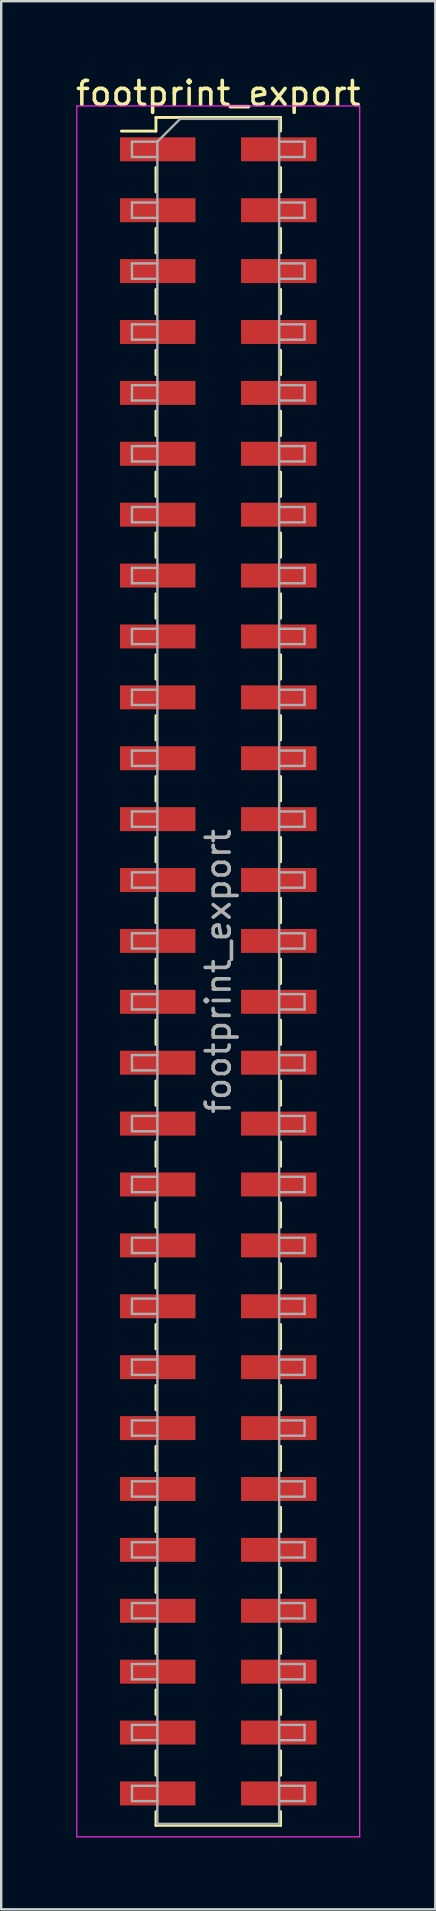
<source format=kicad_pcb>
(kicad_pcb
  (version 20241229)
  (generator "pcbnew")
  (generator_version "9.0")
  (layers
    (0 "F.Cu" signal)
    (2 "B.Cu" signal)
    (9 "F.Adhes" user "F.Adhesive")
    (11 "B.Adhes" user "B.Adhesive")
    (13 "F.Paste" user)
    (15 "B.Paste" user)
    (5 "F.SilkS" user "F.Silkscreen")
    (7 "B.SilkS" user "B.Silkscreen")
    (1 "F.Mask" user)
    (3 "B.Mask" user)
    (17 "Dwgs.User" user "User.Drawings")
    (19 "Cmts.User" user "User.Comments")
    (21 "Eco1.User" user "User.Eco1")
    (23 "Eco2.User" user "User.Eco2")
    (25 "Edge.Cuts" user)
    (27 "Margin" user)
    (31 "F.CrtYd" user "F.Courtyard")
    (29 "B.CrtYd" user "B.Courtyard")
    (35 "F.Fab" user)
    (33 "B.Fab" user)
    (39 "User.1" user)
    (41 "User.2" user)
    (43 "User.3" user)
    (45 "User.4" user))
  (footprint "footprint_export"
    (layer "F.Cu")
    (at 6.054 37.468)
    (property "Reference" "footprint_export" (at 0 -36.62 0) (layer "F.SilkS") (effects (font (size 1 1) (thickness 0.15))))
    (attr smd)
    (fp_line (start -4.04 -35.05) (end -2.6 -35.05) (stroke (width 0.12) (type solid)) (layer "F.SilkS"))
    (fp_line (start -2.6 -35.62) (end -2.6 -35.05) (stroke (width 0.12) (type solid)) (layer "F.SilkS"))
    (fp_line (start -2.6 -35.62) (end 2.6 -35.62) (stroke (width 0.12) (type solid)) (layer "F.SilkS"))
    (fp_line (start -2.6 -33.53) (end -2.6 -32.51) (stroke (width 0.12) (type solid)) (layer "F.SilkS"))
    (fp_line (start -2.6 -30.99) (end -2.6 -29.97) (stroke (width 0.12) (type solid)) (layer "F.SilkS"))
    (fp_line (start -2.6 -28.45) (end -2.6 -27.43) (stroke (width 0.12) (type solid)) (layer "F.SilkS"))
    (fp_line (start -2.6 -25.91) (end -2.6 -24.89) (stroke (width 0.12) (type solid)) (layer "F.SilkS"))
    (fp_line (start -2.6 -23.37) (end -2.6 -22.35) (stroke (width 0.12) (type solid)) (layer "F.SilkS"))
    (fp_line (start -2.6 -20.83) (end -2.6 -19.81) (stroke (width 0.12) (type solid)) (layer "F.SilkS"))
    (fp_line (start -2.6 -18.29) (end -2.6 -17.27) (stroke (width 0.12) (type solid)) (layer "F.SilkS"))
    (fp_line (start -2.6 -15.75) (end -2.6 -14.73) (stroke (width 0.12) (type solid)) (layer "F.SilkS"))
    (fp_line (start -2.6 -13.21) (end -2.6 -12.19) (stroke (width 0.12) (type solid)) (layer "F.SilkS"))
    (fp_line (start -2.6 -10.67) (end -2.6 -9.65) (stroke (width 0.12) (type solid)) (layer "F.SilkS"))
    (fp_line (start -2.6 -8.13) (end -2.6 -7.11) (stroke (width 0.12) (type solid)) (layer "F.SilkS"))
    (fp_line (start -2.6 -5.59) (end -2.6 -4.57) (stroke (width 0.12) (type solid)) (layer "F.SilkS"))
    (fp_line (start -2.6 -3.05) (end -2.6 -2.03) (stroke (width 0.12) (type solid)) (layer "F.SilkS"))
    (fp_line (start -2.6 -0.51) (end -2.6 0.51) (stroke (width 0.12) (type solid)) (layer "F.SilkS"))
    (fp_line (start -2.6 2.03) (end -2.6 3.05) (stroke (width 0.12) (type solid)) (layer "F.SilkS"))
    (fp_line (start -2.6 4.57) (end -2.6 5.59) (stroke (width 0.12) (type solid)) (layer "F.SilkS"))
    (fp_line (start -2.6 7.11) (end -2.6 8.13) (stroke (width 0.12) (type solid)) (layer "F.SilkS"))
    (fp_line (start -2.6 9.65) (end -2.6 10.67) (stroke (width 0.12) (type solid)) (layer "F.SilkS"))
    (fp_line (start -2.6 12.19) (end -2.6 13.21) (stroke (width 0.12) (type solid)) (layer "F.SilkS"))
    (fp_line (start -2.6 14.73) (end -2.6 15.75) (stroke (width 0.12) (type solid)) (layer "F.SilkS"))
    (fp_line (start -2.6 17.27) (end -2.6 18.29) (stroke (width 0.12) (type solid)) (layer "F.SilkS"))
    (fp_line (start -2.6 19.81) (end -2.6 20.83) (stroke (width 0.12) (type solid)) (layer "F.SilkS"))
    (fp_line (start -2.6 22.35) (end -2.6 23.37) (stroke (width 0.12) (type solid)) (layer "F.SilkS"))
    (fp_line (start -2.6 24.89) (end -2.6 25.91) (stroke (width 0.12) (type solid)) (layer "F.SilkS"))
    (fp_line (start -2.6 27.43) (end -2.6 28.45) (stroke (width 0.12) (type solid)) (layer "F.SilkS"))
    (fp_line (start -2.6 29.97) (end -2.6 30.99) (stroke (width 0.12) (type solid)) (layer "F.SilkS"))
    (fp_line (start -2.6 32.51) (end -2.6 33.53) (stroke (width 0.12) (type solid)) (layer "F.SilkS"))
    (fp_line (start -2.6 35.05) (end -2.6 35.62) (stroke (width 0.12) (type solid)) (layer "F.SilkS"))
    (fp_line (start -2.6 35.62) (end 2.6 35.62) (stroke (width 0.12) (type solid)) (layer "F.SilkS"))
    (fp_line (start 2.6 -35.62) (end 2.6 -35.05) (stroke (width 0.12) (type solid)) (layer "F.SilkS"))
    (fp_line (start 2.6 -33.53) (end 2.6 -32.51) (stroke (width 0.12) (type solid)) (layer "F.SilkS"))
    (fp_line (start 2.6 -30.99) (end 2.6 -29.97) (stroke (width 0.12) (type solid)) (layer "F.SilkS"))
    (fp_line (start 2.6 -28.45) (end 2.6 -27.43) (stroke (width 0.12) (type solid)) (layer "F.SilkS"))
    (fp_line (start 2.6 -25.91) (end 2.6 -24.89) (stroke (width 0.12) (type solid)) (layer "F.SilkS"))
    (fp_line (start 2.6 -23.37) (end 2.6 -22.35) (stroke (width 0.12) (type solid)) (layer "F.SilkS"))
    (fp_line (start 2.6 -20.83) (end 2.6 -19.81) (stroke (width 0.12) (type solid)) (layer "F.SilkS"))
    (fp_line (start 2.6 -18.29) (end 2.6 -17.27) (stroke (width 0.12) (type solid)) (layer "F.SilkS"))
    (fp_line (start 2.6 -15.75) (end 2.6 -14.73) (stroke (width 0.12) (type solid)) (layer "F.SilkS"))
    (fp_line (start 2.6 -13.21) (end 2.6 -12.19) (stroke (width 0.12) (type solid)) (layer "F.SilkS"))
    (fp_line (start 2.6 -10.67) (end 2.6 -9.65) (stroke (width 0.12) (type solid)) (layer "F.SilkS"))
    (fp_line (start 2.6 -8.13) (end 2.6 -7.11) (stroke (width 0.12) (type solid)) (layer "F.SilkS"))
    (fp_line (start 2.6 -5.59) (end 2.6 -4.57) (stroke (width 0.12) (type solid)) (layer "F.SilkS"))
    (fp_line (start 2.6 -3.05) (end 2.6 -2.03) (stroke (width 0.12) (type solid)) (layer "F.SilkS"))
    (fp_line (start 2.6 -0.51) (end 2.6 0.51) (stroke (width 0.12) (type solid)) (layer "F.SilkS"))
    (fp_line (start 2.6 2.03) (end 2.6 3.05) (stroke (width 0.12) (type solid)) (layer "F.SilkS"))
    (fp_line (start 2.6 4.57) (end 2.6 5.59) (stroke (width 0.12) (type solid)) (layer "F.SilkS"))
    (fp_line (start 2.6 7.11) (end 2.6 8.13) (stroke (width 0.12) (type solid)) (layer "F.SilkS"))
    (fp_line (start 2.6 9.65) (end 2.6 10.67) (stroke (width 0.12) (type solid)) (layer "F.SilkS"))
    (fp_line (start 2.6 12.19) (end 2.6 13.21) (stroke (width 0.12) (type solid)) (layer "F.SilkS"))
    (fp_line (start 2.6 14.73) (end 2.6 15.75) (stroke (width 0.12) (type solid)) (layer "F.SilkS"))
    (fp_line (start 2.6 17.27) (end 2.6 18.29) (stroke (width 0.12) (type solid)) (layer "F.SilkS"))
    (fp_line (start 2.6 19.81) (end 2.6 20.83) (stroke (width 0.12) (type solid)) (layer "F.SilkS"))
    (fp_line (start 2.6 22.35) (end 2.6 23.37) (stroke (width 0.12) (type solid)) (layer "F.SilkS"))
    (fp_line (start 2.6 24.89) (end 2.6 25.91) (stroke (width 0.12) (type solid)) (layer "F.SilkS"))
    (fp_line (start 2.6 27.43) (end 2.6 28.45) (stroke (width 0.12) (type solid)) (layer "F.SilkS"))
    (fp_line (start 2.6 29.97) (end 2.6 30.99) (stroke (width 0.12) (type solid)) (layer "F.SilkS"))
    (fp_line (start 2.6 32.51) (end 2.6 33.53) (stroke (width 0.12) (type solid)) (layer "F.SilkS"))
    (fp_line (start 2.6 35.05) (end 2.6 35.62) (stroke (width 0.12) (type solid)) (layer "F.SilkS"))
    (fp_line (start -5.9 -36.1) (end -5.9 36.1) (stroke (width 0.05) (type solid)) (layer "F.CrtYd"))
    (fp_line (start -5.9 36.1) (end 5.9 36.1) (stroke (width 0.05) (type solid)) (layer "F.CrtYd"))
    (fp_line (start 5.9 -36.1) (end -5.9 -36.1) (stroke (width 0.05) (type solid)) (layer "F.CrtYd"))
    (fp_line (start 5.9 36.1) (end 5.9 -36.1) (stroke (width 0.05) (type solid)) (layer "F.CrtYd"))
    (fp_line (start -3.6 -34.61) (end -3.6 -33.97) (stroke (width 0.1) (type solid)) (layer "F.Fab"))
    (fp_line (start -3.6 -33.97) (end -2.54 -33.97) (stroke (width 0.1) (type solid)) (layer "F.Fab"))
    (fp_line (start -3.6 -32.07) (end -3.6 -31.43) (stroke (width 0.1) (type solid)) (layer "F.Fab"))
    (fp_line (start -3.6 -31.43) (end -2.54 -31.43) (stroke (width 0.1) (type solid)) (layer "F.Fab"))
    (fp_line (start -3.6 -29.53) (end -3.6 -28.89) (stroke (width 0.1) (type solid)) (layer "F.Fab"))
    (fp_line (start -3.6 -28.89) (end -2.54 -28.89) (stroke (width 0.1) (type solid)) (layer "F.Fab"))
    (fp_line (start -3.6 -26.99) (end -3.6 -26.35) (stroke (width 0.1) (type solid)) (layer "F.Fab"))
    (fp_line (start -3.6 -26.35) (end -2.54 -26.35) (stroke (width 0.1) (type solid)) (layer "F.Fab"))
    (fp_line (start -3.6 -24.45) (end -3.6 -23.81) (stroke (width 0.1) (type solid)) (layer "F.Fab"))
    (fp_line (start -3.6 -23.81) (end -2.54 -23.81) (stroke (width 0.1) (type solid)) (layer "F.Fab"))
    (fp_line (start -3.6 -21.91) (end -3.6 -21.27) (stroke (width 0.1) (type solid)) (layer "F.Fab"))
    (fp_line (start -3.6 -21.27) (end -2.54 -21.27) (stroke (width 0.1) (type solid)) (layer "F.Fab"))
    (fp_line (start -3.6 -19.37) (end -3.6 -18.73) (stroke (width 0.1) (type solid)) (layer "F.Fab"))
    (fp_line (start -3.6 -18.73) (end -2.54 -18.73) (stroke (width 0.1) (type solid)) (layer "F.Fab"))
    (fp_line (start -3.6 -16.83) (end -3.6 -16.19) (stroke (width 0.1) (type solid)) (layer "F.Fab"))
    (fp_line (start -3.6 -16.19) (end -2.54 -16.19) (stroke (width 0.1) (type solid)) (layer "F.Fab"))
    (fp_line (start -3.6 -14.29) (end -3.6 -13.65) (stroke (width 0.1) (type solid)) (layer "F.Fab"))
    (fp_line (start -3.6 -13.65) (end -2.54 -13.65) (stroke (width 0.1) (type solid)) (layer "F.Fab"))
    (fp_line (start -3.6 -11.75) (end -3.6 -11.11) (stroke (width 0.1) (type solid)) (layer "F.Fab"))
    (fp_line (start -3.6 -11.11) (end -2.54 -11.11) (stroke (width 0.1) (type solid)) (layer "F.Fab"))
    (fp_line (start -3.6 -9.21) (end -3.6 -8.57) (stroke (width 0.1) (type solid)) (layer "F.Fab"))
    (fp_line (start -3.6 -8.57) (end -2.54 -8.57) (stroke (width 0.1) (type solid)) (layer "F.Fab"))
    (fp_line (start -3.6 -6.67) (end -3.6 -6.03) (stroke (width 0.1) (type solid)) (layer "F.Fab"))
    (fp_line (start -3.6 -6.03) (end -2.54 -6.03) (stroke (width 0.1) (type solid)) (layer "F.Fab"))
    (fp_line (start -3.6 -4.13) (end -3.6 -3.49) (stroke (width 0.1) (type solid)) (layer "F.Fab"))
    (fp_line (start -3.6 -3.49) (end -2.54 -3.49) (stroke (width 0.1) (type solid)) (layer "F.Fab"))
    (fp_line (start -3.6 -1.59) (end -3.6 -0.95) (stroke (width 0.1) (type solid)) (layer "F.Fab"))
    (fp_line (start -3.6 -0.95) (end -2.54 -0.95) (stroke (width 0.1) (type solid)) (layer "F.Fab"))
    (fp_line (start -3.6 0.95) (end -3.6 1.59) (stroke (width 0.1) (type solid)) (layer "F.Fab"))
    (fp_line (start -3.6 1.59) (end -2.54 1.59) (stroke (width 0.1) (type solid)) (layer "F.Fab"))
    (fp_line (start -3.6 3.49) (end -3.6 4.13) (stroke (width 0.1) (type solid)) (layer "F.Fab"))
    (fp_line (start -3.6 4.13) (end -2.54 4.13) (stroke (width 0.1) (type solid)) (layer "F.Fab"))
    (fp_line (start -3.6 6.03) (end -3.6 6.67) (stroke (width 0.1) (type solid)) (layer "F.Fab"))
    (fp_line (start -3.6 6.67) (end -2.54 6.67) (stroke (width 0.1) (type solid)) (layer "F.Fab"))
    (fp_line (start -3.6 8.57) (end -3.6 9.21) (stroke (width 0.1) (type solid)) (layer "F.Fab"))
    (fp_line (start -3.6 9.21) (end -2.54 9.21) (stroke (width 0.1) (type solid)) (layer "F.Fab"))
    (fp_line (start -3.6 11.11) (end -3.6 11.75) (stroke (width 0.1) (type solid)) (layer "F.Fab"))
    (fp_line (start -3.6 11.75) (end -2.54 11.75) (stroke (width 0.1) (type solid)) (layer "F.Fab"))
    (fp_line (start -3.6 13.65) (end -3.6 14.29) (stroke (width 0.1) (type solid)) (layer "F.Fab"))
    (fp_line (start -3.6 14.29) (end -2.54 14.29) (stroke (width 0.1) (type solid)) (layer "F.Fab"))
    (fp_line (start -3.6 16.19) (end -3.6 16.83) (stroke (width 0.1) (type solid)) (layer "F.Fab"))
    (fp_line (start -3.6 16.83) (end -2.54 16.83) (stroke (width 0.1) (type solid)) (layer "F.Fab"))
    (fp_line (start -3.6 18.73) (end -3.6 19.37) (stroke (width 0.1) (type solid)) (layer "F.Fab"))
    (fp_line (start -3.6 19.37) (end -2.54 19.37) (stroke (width 0.1) (type solid)) (layer "F.Fab"))
    (fp_line (start -3.6 21.27) (end -3.6 21.91) (stroke (width 0.1) (type solid)) (layer "F.Fab"))
    (fp_line (start -3.6 21.91) (end -2.54 21.91) (stroke (width 0.1) (type solid)) (layer "F.Fab"))
    (fp_line (start -3.6 23.81) (end -3.6 24.45) (stroke (width 0.1) (type solid)) (layer "F.Fab"))
    (fp_line (start -3.6 24.45) (end -2.54 24.45) (stroke (width 0.1) (type solid)) (layer "F.Fab"))
    (fp_line (start -3.6 26.35) (end -3.6 26.99) (stroke (width 0.1) (type solid)) (layer "F.Fab"))
    (fp_line (start -3.6 26.99) (end -2.54 26.99) (stroke (width 0.1) (type solid)) (layer "F.Fab"))
    (fp_line (start -3.6 28.89) (end -3.6 29.53) (stroke (width 0.1) (type solid)) (layer "F.Fab"))
    (fp_line (start -3.6 29.53) (end -2.54 29.53) (stroke (width 0.1) (type solid)) (layer "F.Fab"))
    (fp_line (start -3.6 31.43) (end -3.6 32.07) (stroke (width 0.1) (type solid)) (layer "F.Fab"))
    (fp_line (start -3.6 32.07) (end -2.54 32.07) (stroke (width 0.1) (type solid)) (layer "F.Fab"))
    (fp_line (start -3.6 33.97) (end -3.6 34.61) (stroke (width 0.1) (type solid)) (layer "F.Fab"))
    (fp_line (start -3.6 34.61) (end -2.54 34.61) (stroke (width 0.1) (type solid)) (layer "F.Fab"))
    (fp_line (start -2.54 -34.61) (end -3.6 -34.61) (stroke (width 0.1) (type solid)) (layer "F.Fab"))
    (fp_line (start -2.54 -34.61) (end -1.59 -35.56) (stroke (width 0.1) (type solid)) (layer "F.Fab"))
    (fp_line (start -2.54 -32.07) (end -3.6 -32.07) (stroke (width 0.1) (type solid)) (layer "F.Fab"))
    (fp_line (start -2.54 -29.53) (end -3.6 -29.53) (stroke (width 0.1) (type solid)) (layer "F.Fab"))
    (fp_line (start -2.54 -26.99) (end -3.6 -26.99) (stroke (width 0.1) (type solid)) (layer "F.Fab"))
    (fp_line (start -2.54 -24.45) (end -3.6 -24.45) (stroke (width 0.1) (type solid)) (layer "F.Fab"))
    (fp_line (start -2.54 -21.91) (end -3.6 -21.91) (stroke (width 0.1) (type solid)) (layer "F.Fab"))
    (fp_line (start -2.54 -19.37) (end -3.6 -19.37) (stroke (width 0.1) (type solid)) (layer "F.Fab"))
    (fp_line (start -2.54 -16.83) (end -3.6 -16.83) (stroke (width 0.1) (type solid)) (layer "F.Fab"))
    (fp_line (start -2.54 -14.29) (end -3.6 -14.29) (stroke (width 0.1) (type solid)) (layer "F.Fab"))
    (fp_line (start -2.54 -11.75) (end -3.6 -11.75) (stroke (width 0.1) (type solid)) (layer "F.Fab"))
    (fp_line (start -2.54 -9.21) (end -3.6 -9.21) (stroke (width 0.1) (type solid)) (layer "F.Fab"))
    (fp_line (start -2.54 -6.67) (end -3.6 -6.67) (stroke (width 0.1) (type solid)) (layer "F.Fab"))
    (fp_line (start -2.54 -4.13) (end -3.6 -4.13) (stroke (width 0.1) (type solid)) (layer "F.Fab"))
    (fp_line (start -2.54 -1.59) (end -3.6 -1.59) (stroke (width 0.1) (type solid)) (layer "F.Fab"))
    (fp_line (start -2.54 0.95) (end -3.6 0.95) (stroke (width 0.1) (type solid)) (layer "F.Fab"))
    (fp_line (start -2.54 3.49) (end -3.6 3.49) (stroke (width 0.1) (type solid)) (layer "F.Fab"))
    (fp_line (start -2.54 6.03) (end -3.6 6.03) (stroke (width 0.1) (type solid)) (layer "F.Fab"))
    (fp_line (start -2.54 8.57) (end -3.6 8.57) (stroke (width 0.1) (type solid)) (layer "F.Fab"))
    (fp_line (start -2.54 11.11) (end -3.6 11.11) (stroke (width 0.1) (type solid)) (layer "F.Fab"))
    (fp_line (start -2.54 13.65) (end -3.6 13.65) (stroke (width 0.1) (type solid)) (layer "F.Fab"))
    (fp_line (start -2.54 16.19) (end -3.6 16.19) (stroke (width 0.1) (type solid)) (layer "F.Fab"))
    (fp_line (start -2.54 18.73) (end -3.6 18.73) (stroke (width 0.1) (type solid)) (layer "F.Fab"))
    (fp_line (start -2.54 21.27) (end -3.6 21.27) (stroke (width 0.1) (type solid)) (layer "F.Fab"))
    (fp_line (start -2.54 23.81) (end -3.6 23.81) (stroke (width 0.1) (type solid)) (layer "F.Fab"))
    (fp_line (start -2.54 26.35) (end -3.6 26.35) (stroke (width 0.1) (type solid)) (layer "F.Fab"))
    (fp_line (start -2.54 28.89) (end -3.6 28.89) (stroke (width 0.1) (type solid)) (layer "F.Fab"))
    (fp_line (start -2.54 31.43) (end -3.6 31.43) (stroke (width 0.1) (type solid)) (layer "F.Fab"))
    (fp_line (start -2.54 33.97) (end -3.6 33.97) (stroke (width 0.1) (type solid)) (layer "F.Fab"))
    (fp_line (start -2.54 35.56) (end -2.54 -34.61) (stroke (width 0.1) (type solid)) (layer "F.Fab"))
    (fp_line (start -1.59 -35.56) (end 2.54 -35.56) (stroke (width 0.1) (type solid)) (layer "F.Fab"))
    (fp_line (start 2.54 -35.56) (end 2.54 35.56) (stroke (width 0.1) (type solid)) (layer "F.Fab"))
    (fp_line (start 2.54 -34.61) (end 3.6 -34.61) (stroke (width 0.1) (type solid)) (layer "F.Fab"))
    (fp_line (start 2.54 -32.07) (end 3.6 -32.07) (stroke (width 0.1) (type solid)) (layer "F.Fab"))
    (fp_line (start 2.54 -29.53) (end 3.6 -29.53) (stroke (width 0.1) (type solid)) (layer "F.Fab"))
    (fp_line (start 2.54 -26.99) (end 3.6 -26.99) (stroke (width 0.1) (type solid)) (layer "F.Fab"))
    (fp_line (start 2.54 -24.45) (end 3.6 -24.45) (stroke (width 0.1) (type solid)) (layer "F.Fab"))
    (fp_line (start 2.54 -21.91) (end 3.6 -21.91) (stroke (width 0.1) (type solid)) (layer "F.Fab"))
    (fp_line (start 2.54 -19.37) (end 3.6 -19.37) (stroke (width 0.1) (type solid)) (layer "F.Fab"))
    (fp_line (start 2.54 -16.83) (end 3.6 -16.83) (stroke (width 0.1) (type solid)) (layer "F.Fab"))
    (fp_line (start 2.54 -14.29) (end 3.6 -14.29) (stroke (width 0.1) (type solid)) (layer "F.Fab"))
    (fp_line (start 2.54 -11.75) (end 3.6 -11.75) (stroke (width 0.1) (type solid)) (layer "F.Fab"))
    (fp_line (start 2.54 -9.21) (end 3.6 -9.21) (stroke (width 0.1) (type solid)) (layer "F.Fab"))
    (fp_line (start 2.54 -6.67) (end 3.6 -6.67) (stroke (width 0.1) (type solid)) (layer "F.Fab"))
    (fp_line (start 2.54 -4.13) (end 3.6 -4.13) (stroke (width 0.1) (type solid)) (layer "F.Fab"))
    (fp_line (start 2.54 -1.59) (end 3.6 -1.59) (stroke (width 0.1) (type solid)) (layer "F.Fab"))
    (fp_line (start 2.54 0.95) (end 3.6 0.95) (stroke (width 0.1) (type solid)) (layer "F.Fab"))
    (fp_line (start 2.54 3.49) (end 3.6 3.49) (stroke (width 0.1) (type solid)) (layer "F.Fab"))
    (fp_line (start 2.54 6.03) (end 3.6 6.03) (stroke (width 0.1) (type solid)) (layer "F.Fab"))
    (fp_line (start 2.54 8.57) (end 3.6 8.57) (stroke (width 0.1) (type solid)) (layer "F.Fab"))
    (fp_line (start 2.54 11.11) (end 3.6 11.11) (stroke (width 0.1) (type solid)) (layer "F.Fab"))
    (fp_line (start 2.54 13.65) (end 3.6 13.65) (stroke (width 0.1) (type solid)) (layer "F.Fab"))
    (fp_line (start 2.54 16.19) (end 3.6 16.19) (stroke (width 0.1) (type solid)) (layer "F.Fab"))
    (fp_line (start 2.54 18.73) (end 3.6 18.73) (stroke (width 0.1) (type solid)) (layer "F.Fab"))
    (fp_line (start 2.54 21.27) (end 3.6 21.27) (stroke (width 0.1) (type solid)) (layer "F.Fab"))
    (fp_line (start 2.54 23.81) (end 3.6 23.81) (stroke (width 0.1) (type solid)) (layer "F.Fab"))
    (fp_line (start 2.54 26.35) (end 3.6 26.35) (stroke (width 0.1) (type solid)) (layer "F.Fab"))
    (fp_line (start 2.54 28.89) (end 3.6 28.89) (stroke (width 0.1) (type solid)) (layer "F.Fab"))
    (fp_line (start 2.54 31.43) (end 3.6 31.43) (stroke (width 0.1) (type solid)) (layer "F.Fab"))
    (fp_line (start 2.54 33.97) (end 3.6 33.97) (stroke (width 0.1) (type solid)) (layer "F.Fab"))
    (fp_line (start 2.54 35.56) (end -2.54 35.56) (stroke (width 0.1) (type solid)) (layer "F.Fab"))
    (fp_line (start 3.6 -34.61) (end 3.6 -33.97) (stroke (width 0.1) (type solid)) (layer "F.Fab"))
    (fp_line (start 3.6 -33.97) (end 2.54 -33.97) (stroke (width 0.1) (type solid)) (layer "F.Fab"))
    (fp_line (start 3.6 -32.07) (end 3.6 -31.43) (stroke (width 0.1) (type solid)) (layer "F.Fab"))
    (fp_line (start 3.6 -31.43) (end 2.54 -31.43) (stroke (width 0.1) (type solid)) (layer "F.Fab"))
    (fp_line (start 3.6 -29.53) (end 3.6 -28.89) (stroke (width 0.1) (type solid)) (layer "F.Fab"))
    (fp_line (start 3.6 -28.89) (end 2.54 -28.89) (stroke (width 0.1) (type solid)) (layer "F.Fab"))
    (fp_line (start 3.6 -26.99) (end 3.6 -26.35) (stroke (width 0.1) (type solid)) (layer "F.Fab"))
    (fp_line (start 3.6 -26.35) (end 2.54 -26.35) (stroke (width 0.1) (type solid)) (layer "F.Fab"))
    (fp_line (start 3.6 -24.45) (end 3.6 -23.81) (stroke (width 0.1) (type solid)) (layer "F.Fab"))
    (fp_line (start 3.6 -23.81) (end 2.54 -23.81) (stroke (width 0.1) (type solid)) (layer "F.Fab"))
    (fp_line (start 3.6 -21.91) (end 3.6 -21.27) (stroke (width 0.1) (type solid)) (layer "F.Fab"))
    (fp_line (start 3.6 -21.27) (end 2.54 -21.27) (stroke (width 0.1) (type solid)) (layer "F.Fab"))
    (fp_line (start 3.6 -19.37) (end 3.6 -18.73) (stroke (width 0.1) (type solid)) (layer "F.Fab"))
    (fp_line (start 3.6 -18.73) (end 2.54 -18.73) (stroke (width 0.1) (type solid)) (layer "F.Fab"))
    (fp_line (start 3.6 -16.83) (end 3.6 -16.19) (stroke (width 0.1) (type solid)) (layer "F.Fab"))
    (fp_line (start 3.6 -16.19) (end 2.54 -16.19) (stroke (width 0.1) (type solid)) (layer "F.Fab"))
    (fp_line (start 3.6 -14.29) (end 3.6 -13.65) (stroke (width 0.1) (type solid)) (layer "F.Fab"))
    (fp_line (start 3.6 -13.65) (end 2.54 -13.65) (stroke (width 0.1) (type solid)) (layer "F.Fab"))
    (fp_line (start 3.6 -11.75) (end 3.6 -11.11) (stroke (width 0.1) (type solid)) (layer "F.Fab"))
    (fp_line (start 3.6 -11.11) (end 2.54 -11.11) (stroke (width 0.1) (type solid)) (layer "F.Fab"))
    (fp_line (start 3.6 -9.21) (end 3.6 -8.57) (stroke (width 0.1) (type solid)) (layer "F.Fab"))
    (fp_line (start 3.6 -8.57) (end 2.54 -8.57) (stroke (width 0.1) (type solid)) (layer "F.Fab"))
    (fp_line (start 3.6 -6.67) (end 3.6 -6.03) (stroke (width 0.1) (type solid)) (layer "F.Fab"))
    (fp_line (start 3.6 -6.03) (end 2.54 -6.03) (stroke (width 0.1) (type solid)) (layer "F.Fab"))
    (fp_line (start 3.6 -4.13) (end 3.6 -3.49) (stroke (width 0.1) (type solid)) (layer "F.Fab"))
    (fp_line (start 3.6 -3.49) (end 2.54 -3.49) (stroke (width 0.1) (type solid)) (layer "F.Fab"))
    (fp_line (start 3.6 -1.59) (end 3.6 -0.95) (stroke (width 0.1) (type solid)) (layer "F.Fab"))
    (fp_line (start 3.6 -0.95) (end 2.54 -0.95) (stroke (width 0.1) (type solid)) (layer "F.Fab"))
    (fp_line (start 3.6 0.95) (end 3.6 1.59) (stroke (width 0.1) (type solid)) (layer "F.Fab"))
    (fp_line (start 3.6 1.59) (end 2.54 1.59) (stroke (width 0.1) (type solid)) (layer "F.Fab"))
    (fp_line (start 3.6 3.49) (end 3.6 4.13) (stroke (width 0.1) (type solid)) (layer "F.Fab"))
    (fp_line (start 3.6 4.13) (end 2.54 4.13) (stroke (width 0.1) (type solid)) (layer "F.Fab"))
    (fp_line (start 3.6 6.03) (end 3.6 6.67) (stroke (width 0.1) (type solid)) (layer "F.Fab"))
    (fp_line (start 3.6 6.67) (end 2.54 6.67) (stroke (width 0.1) (type solid)) (layer "F.Fab"))
    (fp_line (start 3.6 8.57) (end 3.6 9.21) (stroke (width 0.1) (type solid)) (layer "F.Fab"))
    (fp_line (start 3.6 9.21) (end 2.54 9.21) (stroke (width 0.1) (type solid)) (layer "F.Fab"))
    (fp_line (start 3.6 11.11) (end 3.6 11.75) (stroke (width 0.1) (type solid)) (layer "F.Fab"))
    (fp_line (start 3.6 11.75) (end 2.54 11.75) (stroke (width 0.1) (type solid)) (layer "F.Fab"))
    (fp_line (start 3.6 13.65) (end 3.6 14.29) (stroke (width 0.1) (type solid)) (layer "F.Fab"))
    (fp_line (start 3.6 14.29) (end 2.54 14.29) (stroke (width 0.1) (type solid)) (layer "F.Fab"))
    (fp_line (start 3.6 16.19) (end 3.6 16.83) (stroke (width 0.1) (type solid)) (layer "F.Fab"))
    (fp_line (start 3.6 16.83) (end 2.54 16.83) (stroke (width 0.1) (type solid)) (layer "F.Fab"))
    (fp_line (start 3.6 18.73) (end 3.6 19.37) (stroke (width 0.1) (type solid)) (layer "F.Fab"))
    (fp_line (start 3.6 19.37) (end 2.54 19.37) (stroke (width 0.1) (type solid)) (layer "F.Fab"))
    (fp_line (start 3.6 21.27) (end 3.6 21.91) (stroke (width 0.1) (type solid)) (layer "F.Fab"))
    (fp_line (start 3.6 21.91) (end 2.54 21.91) (stroke (width 0.1) (type solid)) (layer "F.Fab"))
    (fp_line (start 3.6 23.81) (end 3.6 24.45) (stroke (width 0.1) (type solid)) (layer "F.Fab"))
    (fp_line (start 3.6 24.45) (end 2.54 24.45) (stroke (width 0.1) (type solid)) (layer "F.Fab"))
    (fp_line (start 3.6 26.35) (end 3.6 26.99) (stroke (width 0.1) (type solid)) (layer "F.Fab"))
    (fp_line (start 3.6 26.99) (end 2.54 26.99) (stroke (width 0.1) (type solid)) (layer "F.Fab"))
    (fp_line (start 3.6 28.89) (end 3.6 29.53) (stroke (width 0.1) (type solid)) (layer "F.Fab"))
    (fp_line (start 3.6 29.53) (end 2.54 29.53) (stroke (width 0.1) (type solid)) (layer "F.Fab"))
    (fp_line (start 3.6 31.43) (end 3.6 32.07) (stroke (width 0.1) (type solid)) (layer "F.Fab"))
    (fp_line (start 3.6 32.07) (end 2.54 32.07) (stroke (width 0.1) (type solid)) (layer "F.Fab"))
    (fp_line (start 3.6 33.97) (end 3.6 34.61) (stroke (width 0.1) (type solid)) (layer "F.Fab"))
    (fp_line (start 3.6 34.61) (end 2.54 34.61) (stroke (width 0.1) (type solid)) (layer "F.Fab"))
    (fp_text user "${REFERENCE}" (at 0 0 90) (layer "F.Fab") (effects (font (size 1 1) (thickness 0.15))))
    (pad "1" smd rect (at -2.525 -34.29) (size 3.15 1) (layers "F.Cu" "F.Mask" "F.Paste"))
    (pad "2" smd rect (at 2.525 -34.29) (size 3.15 1) (layers "F.Cu" "F.Mask" "F.Paste"))
    (pad "3" smd rect (at -2.525 -31.75) (size 3.15 1) (layers "F.Cu" "F.Mask" "F.Paste"))
    (pad "4" smd rect (at 2.525 -31.75) (size 3.15 1) (layers "F.Cu" "F.Mask" "F.Paste"))
    (pad "5" smd rect (at -2.525 -29.21) (size 3.15 1) (layers "F.Cu" "F.Mask" "F.Paste"))
    (pad "6" smd rect (at 2.525 -29.21) (size 3.15 1) (layers "F.Cu" "F.Mask" "F.Paste"))
    (pad "7" smd rect (at -2.525 -26.67) (size 3.15 1) (layers "F.Cu" "F.Mask" "F.Paste"))
    (pad "8" smd rect (at 2.525 -26.67) (size 3.15 1) (layers "F.Cu" "F.Mask" "F.Paste"))
    (pad "9" smd rect (at -2.525 -24.13) (size 3.15 1) (layers "F.Cu" "F.Mask" "F.Paste"))
    (pad "10" smd rect (at 2.525 -24.13) (size 3.15 1) (layers "F.Cu" "F.Mask" "F.Paste"))
    (pad "11" smd rect (at -2.525 -21.59) (size 3.15 1) (layers "F.Cu" "F.Mask" "F.Paste"))
    (pad "12" smd rect (at 2.525 -21.59) (size 3.15 1) (layers "F.Cu" "F.Mask" "F.Paste"))
    (pad "13" smd rect (at -2.525 -19.05) (size 3.15 1) (layers "F.Cu" "F.Mask" "F.Paste"))
    (pad "14" smd rect (at 2.525 -19.05) (size 3.15 1) (layers "F.Cu" "F.Mask" "F.Paste"))
    (pad "15" smd rect (at -2.525 -16.51) (size 3.15 1) (layers "F.Cu" "F.Mask" "F.Paste"))
    (pad "16" smd rect (at 2.525 -16.51) (size 3.15 1) (layers "F.Cu" "F.Mask" "F.Paste"))
    (pad "17" smd rect (at -2.525 -13.97) (size 3.15 1) (layers "F.Cu" "F.Mask" "F.Paste"))
    (pad "18" smd rect (at 2.525 -13.97) (size 3.15 1) (layers "F.Cu" "F.Mask" "F.Paste"))
    (pad "19" smd rect (at -2.525 -11.43) (size 3.15 1) (layers "F.Cu" "F.Mask" "F.Paste"))
    (pad "20" smd rect (at 2.525 -11.43) (size 3.15 1) (layers "F.Cu" "F.Mask" "F.Paste"))
    (pad "21" smd rect (at -2.525 -8.89) (size 3.15 1) (layers "F.Cu" "F.Mask" "F.Paste"))
    (pad "22" smd rect (at 2.525 -8.89) (size 3.15 1) (layers "F.Cu" "F.Mask" "F.Paste"))
    (pad "23" smd rect (at -2.525 -6.35) (size 3.15 1) (layers "F.Cu" "F.Mask" "F.Paste"))
    (pad "24" smd rect (at 2.525 -6.35) (size 3.15 1) (layers "F.Cu" "F.Mask" "F.Paste"))
    (pad "25" smd rect (at -2.525 -3.81) (size 3.15 1) (layers "F.Cu" "F.Mask" "F.Paste"))
    (pad "26" smd rect (at 2.525 -3.81) (size 3.15 1) (layers "F.Cu" "F.Mask" "F.Paste"))
    (pad "27" smd rect (at -2.525 -1.27) (size 3.15 1) (layers "F.Cu" "F.Mask" "F.Paste"))
    (pad "28" smd rect (at 2.525 -1.27) (size 3.15 1) (layers "F.Cu" "F.Mask" "F.Paste"))
    (pad "29" smd rect (at -2.525 1.27) (size 3.15 1) (layers "F.Cu" "F.Mask" "F.Paste"))
    (pad "30" smd rect (at 2.525 1.27) (size 3.15 1) (layers "F.Cu" "F.Mask" "F.Paste"))
    (pad "31" smd rect (at -2.525 3.81) (size 3.15 1) (layers "F.Cu" "F.Mask" "F.Paste"))
    (pad "32" smd rect (at 2.525 3.81) (size 3.15 1) (layers "F.Cu" "F.Mask" "F.Paste"))
    (pad "33" smd rect (at -2.525 6.35) (size 3.15 1) (layers "F.Cu" "F.Mask" "F.Paste"))
    (pad "34" smd rect (at 2.525 6.35) (size 3.15 1) (layers "F.Cu" "F.Mask" "F.Paste"))
    (pad "35" smd rect (at -2.525 8.89) (size 3.15 1) (layers "F.Cu" "F.Mask" "F.Paste"))
    (pad "36" smd rect (at 2.525 8.89) (size 3.15 1) (layers "F.Cu" "F.Mask" "F.Paste"))
    (pad "37" smd rect (at -2.525 11.43) (size 3.15 1) (layers "F.Cu" "F.Mask" "F.Paste"))
    (pad "38" smd rect (at 2.525 11.43) (size 3.15 1) (layers "F.Cu" "F.Mask" "F.Paste"))
    (pad "39" smd rect (at -2.525 13.97) (size 3.15 1) (layers "F.Cu" "F.Mask" "F.Paste"))
    (pad "40" smd rect (at 2.525 13.97) (size 3.15 1) (layers "F.Cu" "F.Mask" "F.Paste"))
    (pad "41" smd rect (at -2.525 16.51) (size 3.15 1) (layers "F.Cu" "F.Mask" "F.Paste"))
    (pad "42" smd rect (at 2.525 16.51) (size 3.15 1) (layers "F.Cu" "F.Mask" "F.Paste"))
    (pad "43" smd rect (at -2.525 19.05) (size 3.15 1) (layers "F.Cu" "F.Mask" "F.Paste"))
    (pad "44" smd rect (at 2.525 19.05) (size 3.15 1) (layers "F.Cu" "F.Mask" "F.Paste"))
    (pad "45" smd rect (at -2.525 21.59) (size 3.15 1) (layers "F.Cu" "F.Mask" "F.Paste"))
    (pad "46" smd rect (at 2.525 21.59) (size 3.15 1) (layers "F.Cu" "F.Mask" "F.Paste"))
    (pad "47" smd rect (at -2.525 24.13) (size 3.15 1) (layers "F.Cu" "F.Mask" "F.Paste"))
    (pad "48" smd rect (at 2.525 24.13) (size 3.15 1) (layers "F.Cu" "F.Mask" "F.Paste"))
    (pad "49" smd rect (at -2.525 26.67) (size 3.15 1) (layers "F.Cu" "F.Mask" "F.Paste"))
    (pad "50" smd rect (at 2.525 26.67) (size 3.15 1) (layers "F.Cu" "F.Mask" "F.Paste"))
    (pad "51" smd rect (at -2.525 29.21) (size 3.15 1) (layers "F.Cu" "F.Mask" "F.Paste"))
    (pad "52" smd rect (at 2.525 29.21) (size 3.15 1) (layers "F.Cu" "F.Mask" "F.Paste"))
    (pad "53" smd rect (at -2.525 31.75) (size 3.15 1) (layers "F.Cu" "F.Mask" "F.Paste"))
    (pad "54" smd rect (at 2.525 31.75) (size 3.15 1) (layers "F.Cu" "F.Mask" "F.Paste"))
    (pad "55" smd rect (at -2.525 34.29) (size 3.15 1) (layers "F.Cu" "F.Mask" "F.Paste"))
    (pad "56" smd rect (at 2.525 34.29) (size 3.15 1) (layers "F.Cu" "F.Mask" "F.Paste")))
  (gr_rect
    (start -3 -3)
    (end 15.107 76.593)
    (stroke (width 0.1) (type default))
    (fill no)
    (layer "Edge.Cuts")))
</source>
